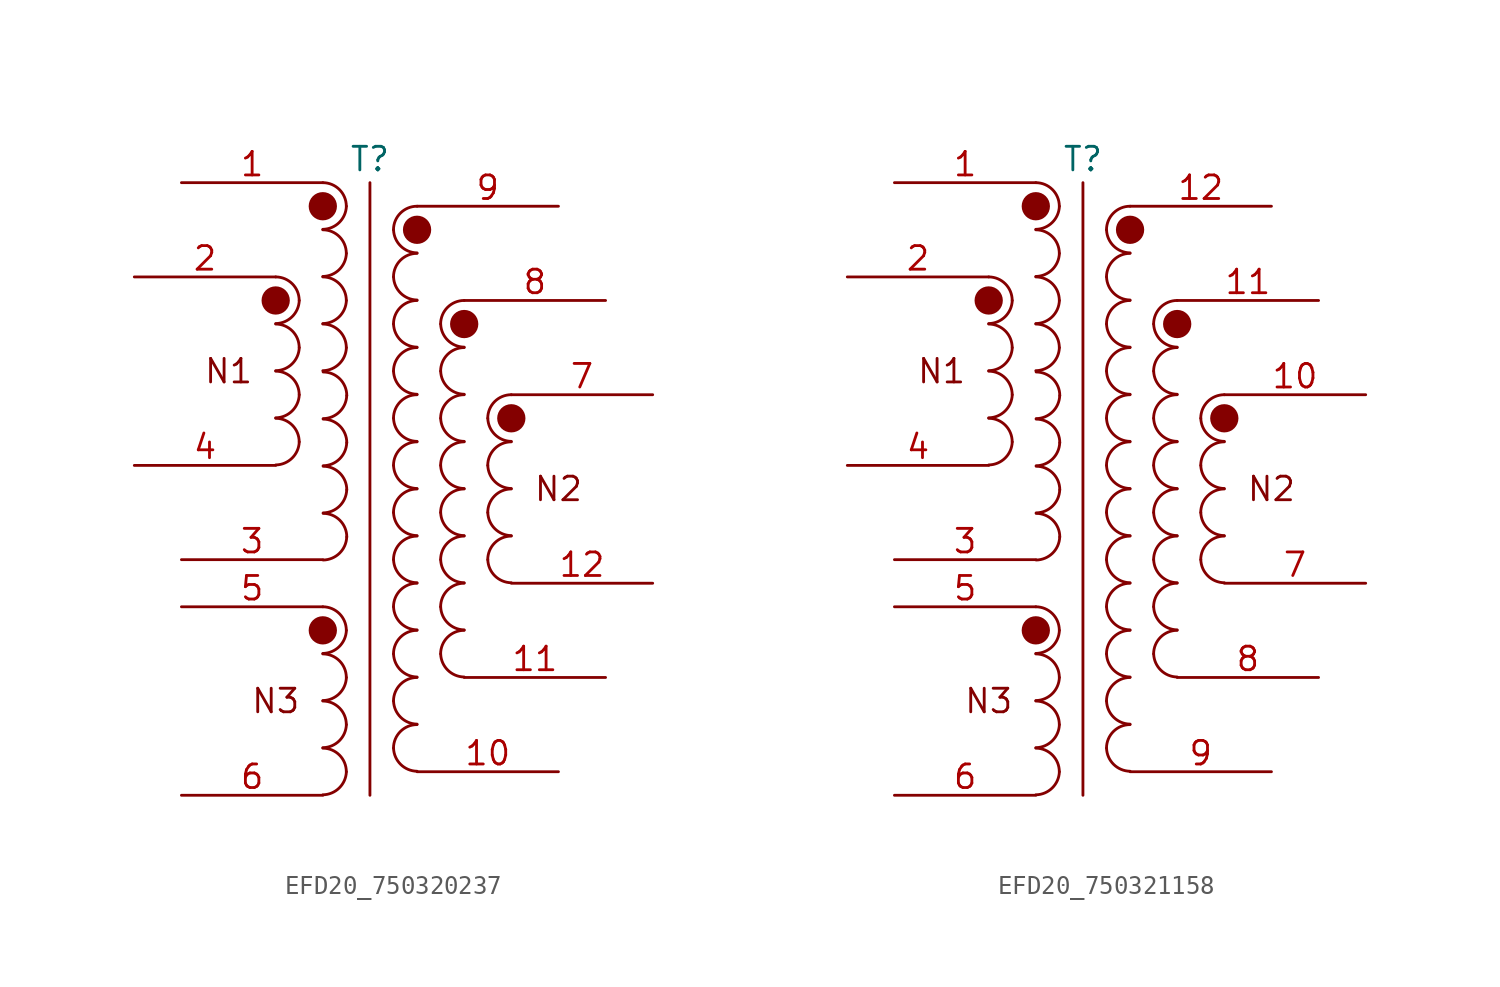
<source format=kicad_sym>
(kicad_symbol_lib
  (version 20220914)
  (generator kicad_symbol_editor)
  (symbol "EFD20_750320237"
    (pin_names hide)
    (property "Reference" "T"
      (at 0 17.78 0)
      (effects (font (size 1.27 1.27))))
    (property "Critical Parameter" ""
      (at 0 -5.08 0)
      (effects (font (size 1.27 1.27)) (justify left)))
    (symbol "EFD20_750320237_0_1"
      (arc (start -5.08 1.2954) (mid -4.1961 1.6637) (end -3.81 2.54) (stroke (width 0) (type default)) (fill (type none)))
      (arc (start -5.08 3.8354) (mid -4.1961 4.2037) (end -3.81 5.08) (stroke (width 0) (type default)) (fill (type none)))
      (arc (start -5.08 6.3754) (mid -4.1961 6.7437) (end -3.81 7.62) (stroke (width 0) (type default)) (fill (type none)))
      (arc (start -5.08 8.9154) (mid -4.1961 9.2837) (end -3.81 10.16) (stroke (width 0) (type default)) (fill (type none)))
      (arc (start -3.81 2.54) (mid -4.182 3.438) (end -5.08 3.81) (stroke (width 0) (type default)) (fill (type none)))
      (arc (start -3.81 5.08) (mid -4.182 5.978) (end -5.08 6.35) (stroke (width 0) (type default)) (fill (type none)))
      (arc (start -3.81 7.62) (mid -4.182 8.518) (end -5.08 8.89) (stroke (width 0) (type default)) (fill (type none)))
      (arc (start -3.81 10.16) (mid -4.182 11.058) (end -5.08 11.43) (stroke (width 0) (type default)) (fill (type none)))
      (arc (start -2.54 -16.4846) (mid -1.6561 -16.1163) (end -1.27 -15.24) (stroke (width 0) (type default)) (fill (type none)))
      (arc (start -2.54 -13.9446) (mid -1.6561 -13.5763) (end -1.27 -12.7) (stroke (width 0) (type default)) (fill (type none)))
      (arc (start -2.54 -11.4046) (mid -1.6561 -11.0363) (end -1.27 -10.16) (stroke (width 0) (type default)) (fill (type none)))
      (arc (start -2.54 -8.8646) (mid -1.6561 -8.4963) (end -1.27 -7.62) (stroke (width 0) (type default)) (fill (type none)))
      (arc (start -2.54 6.3754) (mid -1.6561 6.7437) (end -1.27 7.62) (stroke (width 0) (type default)) (fill (type none)))
      (arc (start -2.54 8.9154) (mid -1.6561 9.2837) (end -1.27 10.16) (stroke (width 0) (type default)) (fill (type none)))
      (arc (start -2.54 11.4554) (mid -1.6561 11.8237) (end -1.27 12.7) (stroke (width 0) (type default)) (fill (type none)))
      (arc (start -2.54 13.9954) (mid -1.6561 14.3637) (end -1.27 15.24) (stroke (width 0) (type default)) (fill (type none)))
      (arc (start -2.5215 -3.8291) (mid -1.6376 -3.4608) (end -1.2515 -2.5845) (stroke (width 0) (type default)) (fill (type none)))
      (arc (start -2.5215 -1.2891) (mid -1.6376 -0.9208) (end -1.2515 -0.0445) (stroke (width 0) (type default)) (fill (type none)))
      (arc (start -2.5215 1.2509) (mid -1.6376 1.6192) (end -1.2515 2.4955) (stroke (width 0) (type default)) (fill (type none)))
      (arc (start -2.5215 3.7909) (mid -1.6376 4.1592) (end -1.2515 5.0355) (stroke (width 0) (type default)) (fill (type none)))
      (arc (start -1.27 -15.24) (mid -1.642 -14.342) (end -2.54 -13.97) (stroke (width 0) (type default)) (fill (type none)))
      (arc (start -1.27 -12.7) (mid -1.642 -11.802) (end -2.54 -11.43) (stroke (width 0) (type default)) (fill (type none)))
      (arc (start -1.27 -10.16) (mid -1.642 -9.262) (end -2.54 -8.89) (stroke (width 0) (type default)) (fill (type none)))
      (arc (start -1.27 -7.62) (mid -1.642 -6.722) (end -2.54 -6.35) (stroke (width 0) (type default)) (fill (type none)))
      (arc (start -1.27 7.62) (mid -1.642 8.518) (end -2.54 8.89) (stroke (width 0) (type default)) (fill (type none)))
      (arc (start -1.27 10.16) (mid -1.642 11.058) (end -2.54 11.43) (stroke (width 0) (type default)) (fill (type none)))
      (arc (start -1.27 12.7) (mid -1.642 13.598) (end -2.54 13.97) (stroke (width 0) (type default)) (fill (type none)))
      (arc (start -1.27 15.24) (mid -1.642 16.138) (end -2.54 16.51) (stroke (width 0) (type default)) (fill (type none)))
      (arc (start -1.2515 -2.5845) (mid -1.6235 -1.6865) (end -2.5215 -1.3145) (stroke (width 0) (type default)) (fill (type none)))
      (arc (start -1.2515 -0.0445) (mid -1.6235 0.8535) (end -2.5215 1.2255) (stroke (width 0) (type default)) (fill (type none)))
      (arc (start -1.2515 2.4955) (mid -1.6235 3.3935) (end -2.5215 3.7655) (stroke (width 0) (type default)) (fill (type none)))
      (arc (start -1.2515 5.0355) (mid -1.6235 5.9335) (end -2.5215 6.3055) (stroke (width 0) (type default)) (fill (type none)))
      (polyline (pts (xy 0 16.51) (xy 0 -16.51)) (stroke (width 0) (type default)) (fill (type none)))
      (arc (start 1.27 -13.97) (mid 1.656 -14.8464) (end 2.54 -15.2146) (stroke (width 0) (type default)) (fill (type none)))
      (arc (start 1.27 -11.43) (mid 1.656 -12.3064) (end 2.54 -12.6746) (stroke (width 0) (type default)) (fill (type none)))
      (arc (start 1.27 -8.89) (mid 1.656 -9.7664) (end 2.54 -10.1346) (stroke (width 0) (type default)) (fill (type none)))
      (arc (start 1.27 -6.35) (mid 1.656 -7.2264) (end 2.54 -7.5946) (stroke (width 0) (type default)) (fill (type none)))
      (arc (start 1.27 -3.81) (mid 1.656 -4.6864) (end 2.54 -5.0546) (stroke (width 0) (type default)) (fill (type none)))
      (arc (start 1.27 -1.27) (mid 1.656 -2.1464) (end 2.54 -2.5146) (stroke (width 0) (type default)) (fill (type none)))
      (arc (start 1.27 1.27) (mid 1.656 0.3936) (end 2.54 0.0254) (stroke (width 0) (type default)) (fill (type none)))
      (arc (start 1.27 3.81) (mid 1.656 2.9336) (end 2.54 2.5654) (stroke (width 0) (type default)) (fill (type none)))
      (arc (start 1.27 6.35) (mid 1.656 5.4736) (end 2.54 5.1054) (stroke (width 0) (type default)) (fill (type none)))
      (arc (start 1.27 8.89) (mid 1.656 8.0136) (end 2.54 7.6454) (stroke (width 0) (type default)) (fill (type none)))
      (arc (start 1.27 11.43) (mid 1.656 10.5536) (end 2.54 10.1854) (stroke (width 0) (type default)) (fill (type none)))
      (arc (start 1.27 13.97) (mid 1.656 13.0936) (end 2.54 12.7254) (stroke (width 0) (type default)) (fill (type none)))
      (arc (start 2.54 -12.7) (mid 1.642 -13.072) (end 1.27 -13.97) (stroke (width 0) (type default)) (fill (type none)))
      (arc (start 2.54 -10.16) (mid 1.642 -10.532) (end 1.27 -11.43) (stroke (width 0) (type default)) (fill (type none)))
      (arc (start 2.54 -7.62) (mid 1.642 -7.992) (end 1.27 -8.89) (stroke (width 0) (type default)) (fill (type none)))
      (arc (start 2.54 -5.08) (mid 1.642 -5.452) (end 1.27 -6.35) (stroke (width 0) (type default)) (fill (type none)))
      (arc (start 2.54 -2.54) (mid 1.642 -2.912) (end 1.27 -3.81) (stroke (width 0) (type default)) (fill (type none)))
      (arc (start 2.54 0) (mid 1.642 -0.372) (end 1.27 -1.27) (stroke (width 0) (type default)) (fill (type none)))
      (arc (start 2.54 2.54) (mid 1.642 2.168) (end 1.27 1.27) (stroke (width 0) (type default)) (fill (type none)))
      (arc (start 2.54 5.08) (mid 1.642 4.708) (end 1.27 3.81) (stroke (width 0) (type default)) (fill (type none)))
      (arc (start 2.54 7.62) (mid 1.642 7.248) (end 1.27 6.35) (stroke (width 0) (type default)) (fill (type none)))
      (arc (start 2.54 10.16) (mid 1.642 9.788) (end 1.27 8.89) (stroke (width 0) (type default)) (fill (type none)))
      (arc (start 2.54 12.7) (mid 1.642 12.328) (end 1.27 11.43) (stroke (width 0) (type default)) (fill (type none)))
      (arc (start 2.54 15.24) (mid 1.642 14.868) (end 1.27 13.97) (stroke (width 0) (type default)) (fill (type none)))
      (arc (start 3.81 -8.89) (mid 4.196 -9.7664) (end 5.08 -10.1346) (stroke (width 0) (type default)) (fill (type none)))
      (arc (start 3.81 -6.35) (mid 4.196 -7.2264) (end 5.08 -7.5946) (stroke (width 0) (type default)) (fill (type none)))
      (arc (start 3.81 -3.81) (mid 4.196 -4.6864) (end 5.08 -5.0546) (stroke (width 0) (type default)) (fill (type none)))
      (arc (start 3.81 -1.27) (mid 4.196 -2.1464) (end 5.08 -2.5146) (stroke (width 0) (type default)) (fill (type none)))
      (arc (start 3.81 1.27) (mid 4.196 0.3936) (end 5.08 0.0254) (stroke (width 0) (type default)) (fill (type none)))
      (arc (start 3.81 3.81) (mid 4.196 2.9336) (end 5.08 2.5654) (stroke (width 0) (type default)) (fill (type none)))
      (arc (start 3.81 6.35) (mid 4.196 5.4736) (end 5.08 5.1054) (stroke (width 0) (type default)) (fill (type none)))
      (arc (start 3.81 8.89) (mid 4.196 8.0136) (end 5.08 7.6454) (stroke (width 0) (type default)) (fill (type none)))
      (arc (start 5.08 -7.62) (mid 4.182 -7.992) (end 3.81 -8.89) (stroke (width 0) (type default)) (fill (type none)))
      (arc (start 5.08 -5.08) (mid 4.182 -5.452) (end 3.81 -6.35) (stroke (width 0) (type default)) (fill (type none)))
      (arc (start 5.08 -2.54) (mid 4.182 -2.912) (end 3.81 -3.81) (stroke (width 0) (type default)) (fill (type none)))
      (arc (start 5.08 0) (mid 4.182 -0.372) (end 3.81 -1.27) (stroke (width 0) (type default)) (fill (type none)))
      (arc (start 5.08 2.54) (mid 4.182 2.168) (end 3.81 1.27) (stroke (width 0) (type default)) (fill (type none)))
      (arc (start 5.08 5.08) (mid 4.182 4.708) (end 3.81 3.81) (stroke (width 0) (type default)) (fill (type none)))
      (arc (start 5.08 7.62) (mid 4.182 7.248) (end 3.81 6.35) (stroke (width 0) (type default)) (fill (type none)))
      (arc (start 5.08 10.16) (mid 4.182 9.788) (end 3.81 8.89) (stroke (width 0) (type default)) (fill (type none)))
      (arc (start 6.35 -3.81) (mid 6.7361 -4.6863) (end 7.62 -5.0546) (stroke (width 0) (type default)) (fill (type none)))
      (arc (start 6.35 -1.27) (mid 6.7361 -2.1463) (end 7.62 -2.5146) (stroke (width 0) (type default)) (fill (type none)))
      (arc (start 6.35 1.27) (mid 6.7361 0.3937) (end 7.62 0.0254) (stroke (width 0) (type default)) (fill (type none)))
      (arc (start 6.35 3.81) (mid 6.7361 2.9337) (end 7.62 2.5654) (stroke (width 0) (type default)) (fill (type none)))
      (arc (start 7.62 -2.54) (mid 6.722 -2.912) (end 6.35 -3.81) (stroke (width 0) (type default)) (fill (type none)))
      (arc (start 7.62 0) (mid 6.722 -0.372) (end 6.35 -1.27) (stroke (width 0) (type default)) (fill (type none)))
      (arc (start 7.62 2.54) (mid 6.722 2.168) (end 6.35 1.27) (stroke (width 0) (type default)) (fill (type none)))
      (arc (start 7.62 5.08) (mid 6.722 4.708) (end 6.35 3.81) (stroke (width 0) (type default)) (fill (type none))))
    (symbol "EFD20_750320237_1_1"
      (circle (center -5.08 10.16) (radius 0.0001) (stroke (width 0.762) (type default)) (fill (type none)))
      (circle (center -2.54 -7.62) (radius 0.0001) (stroke (width 0.762) (type default)) (fill (type none)))
      (circle (center -2.54 15.24) (radius 0.0001) (stroke (width 0.762) (type default)) (fill (type none)))
      (circle (center 2.54 13.97) (radius 0.0001) (stroke (width 0.762) (type default)) (fill (type none)))
      (circle (center 5.08 8.89) (radius 0.0001) (stroke (width 0.762) (type default)) (fill (type none)))
      (circle (center 7.62 3.81) (radius 0.0001) (stroke (width 0.762) (type default)) (fill (type none)))
      (text "N1" (at -7.62 6.35 0) (effects (font (size 1.27 1.27))))
      (text "N2" (at 10.16 0 0) (effects (font (size 1.27 1.27))))
      (text "N3" (at -5.08 -11.43 0) (effects (font (size 1.27 1.27))))
      (pin passive line (at -10.16 16.51 0) (length 7.62) (name "1" (effects (font (size 1.27 1.27)))) (number "1" (effects (font (size 1.27 1.27)))))
      (pin passive line (at 10.16 -15.24 180) (length 7.62) (name "10" (effects (font (size 1.27 1.27)))) (number "10" (effects (font (size 1.27 1.27)))))
      (pin passive line (at 12.7 -10.16 180) (length 7.62) (name "11" (effects (font (size 1.27 1.27)))) (number "11" (effects (font (size 1.27 1.27)))))
      (pin passive line (at 15.24 -5.08 180) (length 7.62) (name "12" (effects (font (size 1.27 1.27)))) (number "12" (effects (font (size 1.27 1.27)))))
      (pin passive line (at -12.7 11.43 0) (length 7.62) (name "2" (effects (font (size 1.27 1.27)))) (number "2" (effects (font (size 1.27 1.27)))))
      (pin passive line (at -10.16 -3.81 0) (length 7.62) (name "3" (effects (font (size 1.27 1.27)))) (number "3" (effects (font (size 1.27 1.27)))))
      (pin passive line (at -12.7 1.27 0) (length 7.62) (name "4" (effects (font (size 1.27 1.27)))) (number "4" (effects (font (size 1.27 1.27)))))
      (pin passive line (at -10.16 -6.35 0) (length 7.62) (name "5" (effects (font (size 1.27 1.27)))) (number "5" (effects (font (size 1.27 1.27)))))
      (pin passive line (at -10.16 -16.51 0) (length 7.62) (name "6" (effects (font (size 1.27 1.27)))) (number "6" (effects (font (size 1.27 1.27)))))
      (pin passive line (at 15.24 5.08 180) (length 7.62) (name "7" (effects (font (size 1.27 1.27)))) (number "7" (effects (font (size 1.27 1.27)))))
      (pin passive line (at 12.7 10.16 180) (length 7.62) (name "8" (effects (font (size 1.27 1.27)))) (number "8" (effects (font (size 1.27 1.27)))))
      (pin passive line (at 10.16 15.24 180) (length 7.62) (name "9" (effects (font (size 1.27 1.27)))) (number "9" (effects (font (size 1.27 1.27)))))))
  (symbol "EFD20_750321158"
    (pin_names hide)
    (property "Reference" "T"
      (at 0 17.78 0)
      (effects (font (size 1.27 1.27))))
    (symbol "EFD20_750321158_0_1"
      (arc (start -5.08 1.2954) (mid -4.1961 1.6637) (end -3.81 2.54) (stroke (width 0) (type default)) (fill (type none)))
      (arc (start -5.08 3.8354) (mid -4.1961 4.2037) (end -3.81 5.08) (stroke (width 0) (type default)) (fill (type none)))
      (arc (start -5.08 6.3754) (mid -4.1961 6.7437) (end -3.81 7.62) (stroke (width 0) (type default)) (fill (type none)))
      (arc (start -5.08 8.9154) (mid -4.1961 9.2837) (end -3.81 10.16) (stroke (width 0) (type default)) (fill (type none)))
      (arc (start -3.81 2.54) (mid -4.182 3.438) (end -5.08 3.81) (stroke (width 0) (type default)) (fill (type none)))
      (arc (start -3.81 5.08) (mid -4.182 5.978) (end -5.08 6.35) (stroke (width 0) (type default)) (fill (type none)))
      (arc (start -3.81 7.62) (mid -4.182 8.518) (end -5.08 8.89) (stroke (width 0) (type default)) (fill (type none)))
      (arc (start -3.81 10.16) (mid -4.182 11.058) (end -5.08 11.43) (stroke (width 0) (type default)) (fill (type none)))
      (arc (start -2.54 -16.4846) (mid -1.6561 -16.1163) (end -1.27 -15.24) (stroke (width 0) (type default)) (fill (type none)))
      (arc (start -2.54 -13.9446) (mid -1.6561 -13.5763) (end -1.27 -12.7) (stroke (width 0) (type default)) (fill (type none)))
      (arc (start -2.54 -11.4046) (mid -1.6561 -11.0363) (end -1.27 -10.16) (stroke (width 0) (type default)) (fill (type none)))
      (arc (start -2.54 -8.8646) (mid -1.6561 -8.4963) (end -1.27 -7.62) (stroke (width 0) (type default)) (fill (type none)))
      (arc (start -2.54 6.3754) (mid -1.6561 6.7437) (end -1.27 7.62) (stroke (width 0) (type default)) (fill (type none)))
      (arc (start -2.54 8.9154) (mid -1.6561 9.2837) (end -1.27 10.16) (stroke (width 0) (type default)) (fill (type none)))
      (arc (start -2.54 11.4554) (mid -1.6561 11.8237) (end -1.27 12.7) (stroke (width 0) (type default)) (fill (type none)))
      (arc (start -2.54 13.9954) (mid -1.6561 14.3637) (end -1.27 15.24) (stroke (width 0) (type default)) (fill (type none)))
      (arc (start -2.5215 -3.8291) (mid -1.6376 -3.4608) (end -1.2515 -2.5845) (stroke (width 0) (type default)) (fill (type none)))
      (arc (start -2.5215 -1.2891) (mid -1.6376 -0.9208) (end -1.2515 -0.0445) (stroke (width 0) (type default)) (fill (type none)))
      (arc (start -2.5215 1.2509) (mid -1.6376 1.6192) (end -1.2515 2.4955) (stroke (width 0) (type default)) (fill (type none)))
      (arc (start -2.5215 3.7909) (mid -1.6376 4.1592) (end -1.2515 5.0355) (stroke (width 0) (type default)) (fill (type none)))
      (arc (start -1.27 -15.24) (mid -1.642 -14.342) (end -2.54 -13.97) (stroke (width 0) (type default)) (fill (type none)))
      (arc (start -1.27 -12.7) (mid -1.642 -11.802) (end -2.54 -11.43) (stroke (width 0) (type default)) (fill (type none)))
      (arc (start -1.27 -10.16) (mid -1.642 -9.262) (end -2.54 -8.89) (stroke (width 0) (type default)) (fill (type none)))
      (arc (start -1.27 -7.62) (mid -1.642 -6.722) (end -2.54 -6.35) (stroke (width 0) (type default)) (fill (type none)))
      (arc (start -1.27 7.62) (mid -1.642 8.518) (end -2.54 8.89) (stroke (width 0) (type default)) (fill (type none)))
      (arc (start -1.27 10.16) (mid -1.642 11.058) (end -2.54 11.43) (stroke (width 0) (type default)) (fill (type none)))
      (arc (start -1.27 12.7) (mid -1.642 13.598) (end -2.54 13.97) (stroke (width 0) (type default)) (fill (type none)))
      (arc (start -1.27 15.24) (mid -1.642 16.138) (end -2.54 16.51) (stroke (width 0) (type default)) (fill (type none)))
      (arc (start -1.2515 -2.5845) (mid -1.6235 -1.6865) (end -2.5215 -1.3145) (stroke (width 0) (type default)) (fill (type none)))
      (arc (start -1.2515 -0.0445) (mid -1.6235 0.8535) (end -2.5215 1.2255) (stroke (width 0) (type default)) (fill (type none)))
      (arc (start -1.2515 2.4955) (mid -1.6235 3.3935) (end -2.5215 3.7655) (stroke (width 0) (type default)) (fill (type none)))
      (arc (start -1.2515 5.0355) (mid -1.6235 5.9335) (end -2.5215 6.3055) (stroke (width 0) (type default)) (fill (type none)))
      (polyline (pts (xy 0 16.51) (xy 0 -16.51)) (stroke (width 0) (type default)) (fill (type none)))
      (arc (start 1.27 -13.97) (mid 1.656 -14.8464) (end 2.54 -15.2146) (stroke (width 0) (type default)) (fill (type none)))
      (arc (start 1.27 -11.43) (mid 1.656 -12.3064) (end 2.54 -12.6746) (stroke (width 0) (type default)) (fill (type none)))
      (arc (start 1.27 -8.89) (mid 1.656 -9.7664) (end 2.54 -10.1346) (stroke (width 0) (type default)) (fill (type none)))
      (arc (start 1.27 -6.35) (mid 1.656 -7.2264) (end 2.54 -7.5946) (stroke (width 0) (type default)) (fill (type none)))
      (arc (start 1.27 -3.81) (mid 1.656 -4.6864) (end 2.54 -5.0546) (stroke (width 0) (type default)) (fill (type none)))
      (arc (start 1.27 -1.27) (mid 1.656 -2.1464) (end 2.54 -2.5146) (stroke (width 0) (type default)) (fill (type none)))
      (arc (start 1.27 1.27) (mid 1.656 0.3936) (end 2.54 0.0254) (stroke (width 0) (type default)) (fill (type none)))
      (arc (start 1.27 3.81) (mid 1.656 2.9336) (end 2.54 2.5654) (stroke (width 0) (type default)) (fill (type none)))
      (arc (start 1.27 6.35) (mid 1.656 5.4736) (end 2.54 5.1054) (stroke (width 0) (type default)) (fill (type none)))
      (arc (start 1.27 8.89) (mid 1.656 8.0136) (end 2.54 7.6454) (stroke (width 0) (type default)) (fill (type none)))
      (arc (start 1.27 11.43) (mid 1.656 10.5536) (end 2.54 10.1854) (stroke (width 0) (type default)) (fill (type none)))
      (arc (start 1.27 13.97) (mid 1.656 13.0936) (end 2.54 12.7254) (stroke (width 0) (type default)) (fill (type none)))
      (arc (start 2.54 -12.7) (mid 1.642 -13.072) (end 1.27 -13.97) (stroke (width 0) (type default)) (fill (type none)))
      (arc (start 2.54 -10.16) (mid 1.642 -10.532) (end 1.27 -11.43) (stroke (width 0) (type default)) (fill (type none)))
      (arc (start 2.54 -7.62) (mid 1.642 -7.992) (end 1.27 -8.89) (stroke (width 0) (type default)) (fill (type none)))
      (arc (start 2.54 -5.08) (mid 1.642 -5.452) (end 1.27 -6.35) (stroke (width 0) (type default)) (fill (type none)))
      (arc (start 2.54 -2.54) (mid 1.642 -2.912) (end 1.27 -3.81) (stroke (width 0) (type default)) (fill (type none)))
      (arc (start 2.54 0) (mid 1.642 -0.372) (end 1.27 -1.27) (stroke (width 0) (type default)) (fill (type none)))
      (arc (start 2.54 2.54) (mid 1.642 2.168) (end 1.27 1.27) (stroke (width 0) (type default)) (fill (type none)))
      (arc (start 2.54 5.08) (mid 1.642 4.708) (end 1.27 3.81) (stroke (width 0) (type default)) (fill (type none)))
      (arc (start 2.54 7.62) (mid 1.642 7.248) (end 1.27 6.35) (stroke (width 0) (type default)) (fill (type none)))
      (arc (start 2.54 10.16) (mid 1.642 9.788) (end 1.27 8.89) (stroke (width 0) (type default)) (fill (type none)))
      (arc (start 2.54 12.7) (mid 1.642 12.328) (end 1.27 11.43) (stroke (width 0) (type default)) (fill (type none)))
      (arc (start 2.54 15.24) (mid 1.642 14.868) (end 1.27 13.97) (stroke (width 0) (type default)) (fill (type none)))
      (arc (start 3.81 -8.89) (mid 4.196 -9.7664) (end 5.08 -10.1346) (stroke (width 0) (type default)) (fill (type none)))
      (arc (start 3.81 -6.35) (mid 4.196 -7.2264) (end 5.08 -7.5946) (stroke (width 0) (type default)) (fill (type none)))
      (arc (start 3.81 -3.81) (mid 4.196 -4.6864) (end 5.08 -5.0546) (stroke (width 0) (type default)) (fill (type none)))
      (arc (start 3.81 -1.27) (mid 4.196 -2.1464) (end 5.08 -2.5146) (stroke (width 0) (type default)) (fill (type none)))
      (arc (start 3.81 1.27) (mid 4.196 0.3936) (end 5.08 0.0254) (stroke (width 0) (type default)) (fill (type none)))
      (arc (start 3.81 3.81) (mid 4.196 2.9336) (end 5.08 2.5654) (stroke (width 0) (type default)) (fill (type none)))
      (arc (start 3.81 6.35) (mid 4.196 5.4736) (end 5.08 5.1054) (stroke (width 0) (type default)) (fill (type none)))
      (arc (start 3.81 8.89) (mid 4.196 8.0136) (end 5.08 7.6454) (stroke (width 0) (type default)) (fill (type none)))
      (arc (start 5.08 -7.62) (mid 4.182 -7.992) (end 3.81 -8.89) (stroke (width 0) (type default)) (fill (type none)))
      (arc (start 5.08 -5.08) (mid 4.182 -5.452) (end 3.81 -6.35) (stroke (width 0) (type default)) (fill (type none)))
      (arc (start 5.08 -2.54) (mid 4.182 -2.912) (end 3.81 -3.81) (stroke (width 0) (type default)) (fill (type none)))
      (arc (start 5.08 0) (mid 4.182 -0.372) (end 3.81 -1.27) (stroke (width 0) (type default)) (fill (type none)))
      (arc (start 5.08 2.54) (mid 4.182 2.168) (end 3.81 1.27) (stroke (width 0) (type default)) (fill (type none)))
      (arc (start 5.08 5.08) (mid 4.182 4.708) (end 3.81 3.81) (stroke (width 0) (type default)) (fill (type none)))
      (arc (start 5.08 7.62) (mid 4.182 7.248) (end 3.81 6.35) (stroke (width 0) (type default)) (fill (type none)))
      (arc (start 5.08 10.16) (mid 4.182 9.788) (end 3.81 8.89) (stroke (width 0) (type default)) (fill (type none)))
      (arc (start 6.35 -3.81) (mid 6.7361 -4.6863) (end 7.62 -5.0546) (stroke (width 0) (type default)) (fill (type none)))
      (arc (start 6.35 -1.27) (mid 6.7361 -2.1463) (end 7.62 -2.5146) (stroke (width 0) (type default)) (fill (type none)))
      (arc (start 6.35 1.27) (mid 6.7361 0.3937) (end 7.62 0.0254) (stroke (width 0) (type default)) (fill (type none)))
      (arc (start 6.35 3.81) (mid 6.7361 2.9337) (end 7.62 2.5654) (stroke (width 0) (type default)) (fill (type none)))
      (arc (start 7.62 -2.54) (mid 6.722 -2.912) (end 6.35 -3.81) (stroke (width 0) (type default)) (fill (type none)))
      (arc (start 7.62 0) (mid 6.722 -0.372) (end 6.35 -1.27) (stroke (width 0) (type default)) (fill (type none)))
      (arc (start 7.62 2.54) (mid 6.722 2.168) (end 6.35 1.27) (stroke (width 0) (type default)) (fill (type none)))
      (arc (start 7.62 5.08) (mid 6.722 4.708) (end 6.35 3.81) (stroke (width 0) (type default)) (fill (type none))))
    (symbol "EFD20_750321158_1_1"
      (circle (center -5.08 10.16) (radius 0.0001) (stroke (width 0.762) (type default)) (fill (type none)))
      (circle (center -2.54 -7.62) (radius 0.0001) (stroke (width 0.762) (type default)) (fill (type none)))
      (circle (center -2.54 15.24) (radius 0.0001) (stroke (width 0.762) (type default)) (fill (type none)))
      (circle (center 2.54 13.97) (radius 0.0001) (stroke (width 0.762) (type default)) (fill (type none)))
      (circle (center 5.08 8.89) (radius 0.0001) (stroke (width 0.762) (type default)) (fill (type none)))
      (circle (center 7.62 3.81) (radius 0.0001) (stroke (width 0.762) (type default)) (fill (type none)))
      (text "N1" (at -7.62 6.35 0) (effects (font (size 1.27 1.27))))
      (text "N2" (at 10.16 0 0) (effects (font (size 1.27 1.27))))
      (text "N3" (at -5.08 -11.43 0) (effects (font (size 1.27 1.27))))
      (pin passive line (at -10.16 16.51 0) (length 7.62) (name "1" (effects (font (size 1.27 1.27)))) (number "1" (effects (font (size 1.27 1.27)))))
      (pin passive line (at 15.24 5.08 180) (length 7.62) (name "10" (effects (font (size 1.27 1.27)))) (number "10" (effects (font (size 1.27 1.27)))))
      (pin passive line (at 12.7 10.16 180) (length 7.62) (name "11" (effects (font (size 1.27 1.27)))) (number "11" (effects (font (size 1.27 1.27)))))
      (pin passive line (at 10.16 15.24 180) (length 7.62) (name "12" (effects (font (size 1.27 1.27)))) (number "12" (effects (font (size 1.27 1.27)))))
      (pin passive line (at -12.7 11.43 0) (length 7.62) (name "2" (effects (font (size 1.27 1.27)))) (number "2" (effects (font (size 1.27 1.27)))))
      (pin passive line (at -10.16 -3.81 0) (length 7.62) (name "3" (effects (font (size 1.27 1.27)))) (number "3" (effects (font (size 1.27 1.27)))))
      (pin passive line (at -12.7 1.27 0) (length 7.62) (name "4" (effects (font (size 1.27 1.27)))) (number "4" (effects (font (size 1.27 1.27)))))
      (pin passive line (at -10.16 -6.35 0) (length 7.62) (name "5" (effects (font (size 1.27 1.27)))) (number "5" (effects (font (size 1.27 1.27)))))
      (pin passive line (at -10.16 -16.51 0) (length 7.62) (name "6" (effects (font (size 1.27 1.27)))) (number "6" (effects (font (size 1.27 1.27)))))
      (pin passive line (at 15.24 -5.08 180) (length 7.62) (name "7" (effects (font (size 1.27 1.27)))) (number "7" (effects (font (size 1.27 1.27)))))
      (pin passive line (at 12.7 -10.16 180) (length 7.62) (name "8" (effects (font (size 1.27 1.27)))) (number "8" (effects (font (size 1.27 1.27)))))
      (pin passive line (at 10.16 -15.24 180) (length 7.62) (name "9" (effects (font (size 1.27 1.27)))) (number "9" (effects (font (size 1.27 1.27))))))))
</source>
